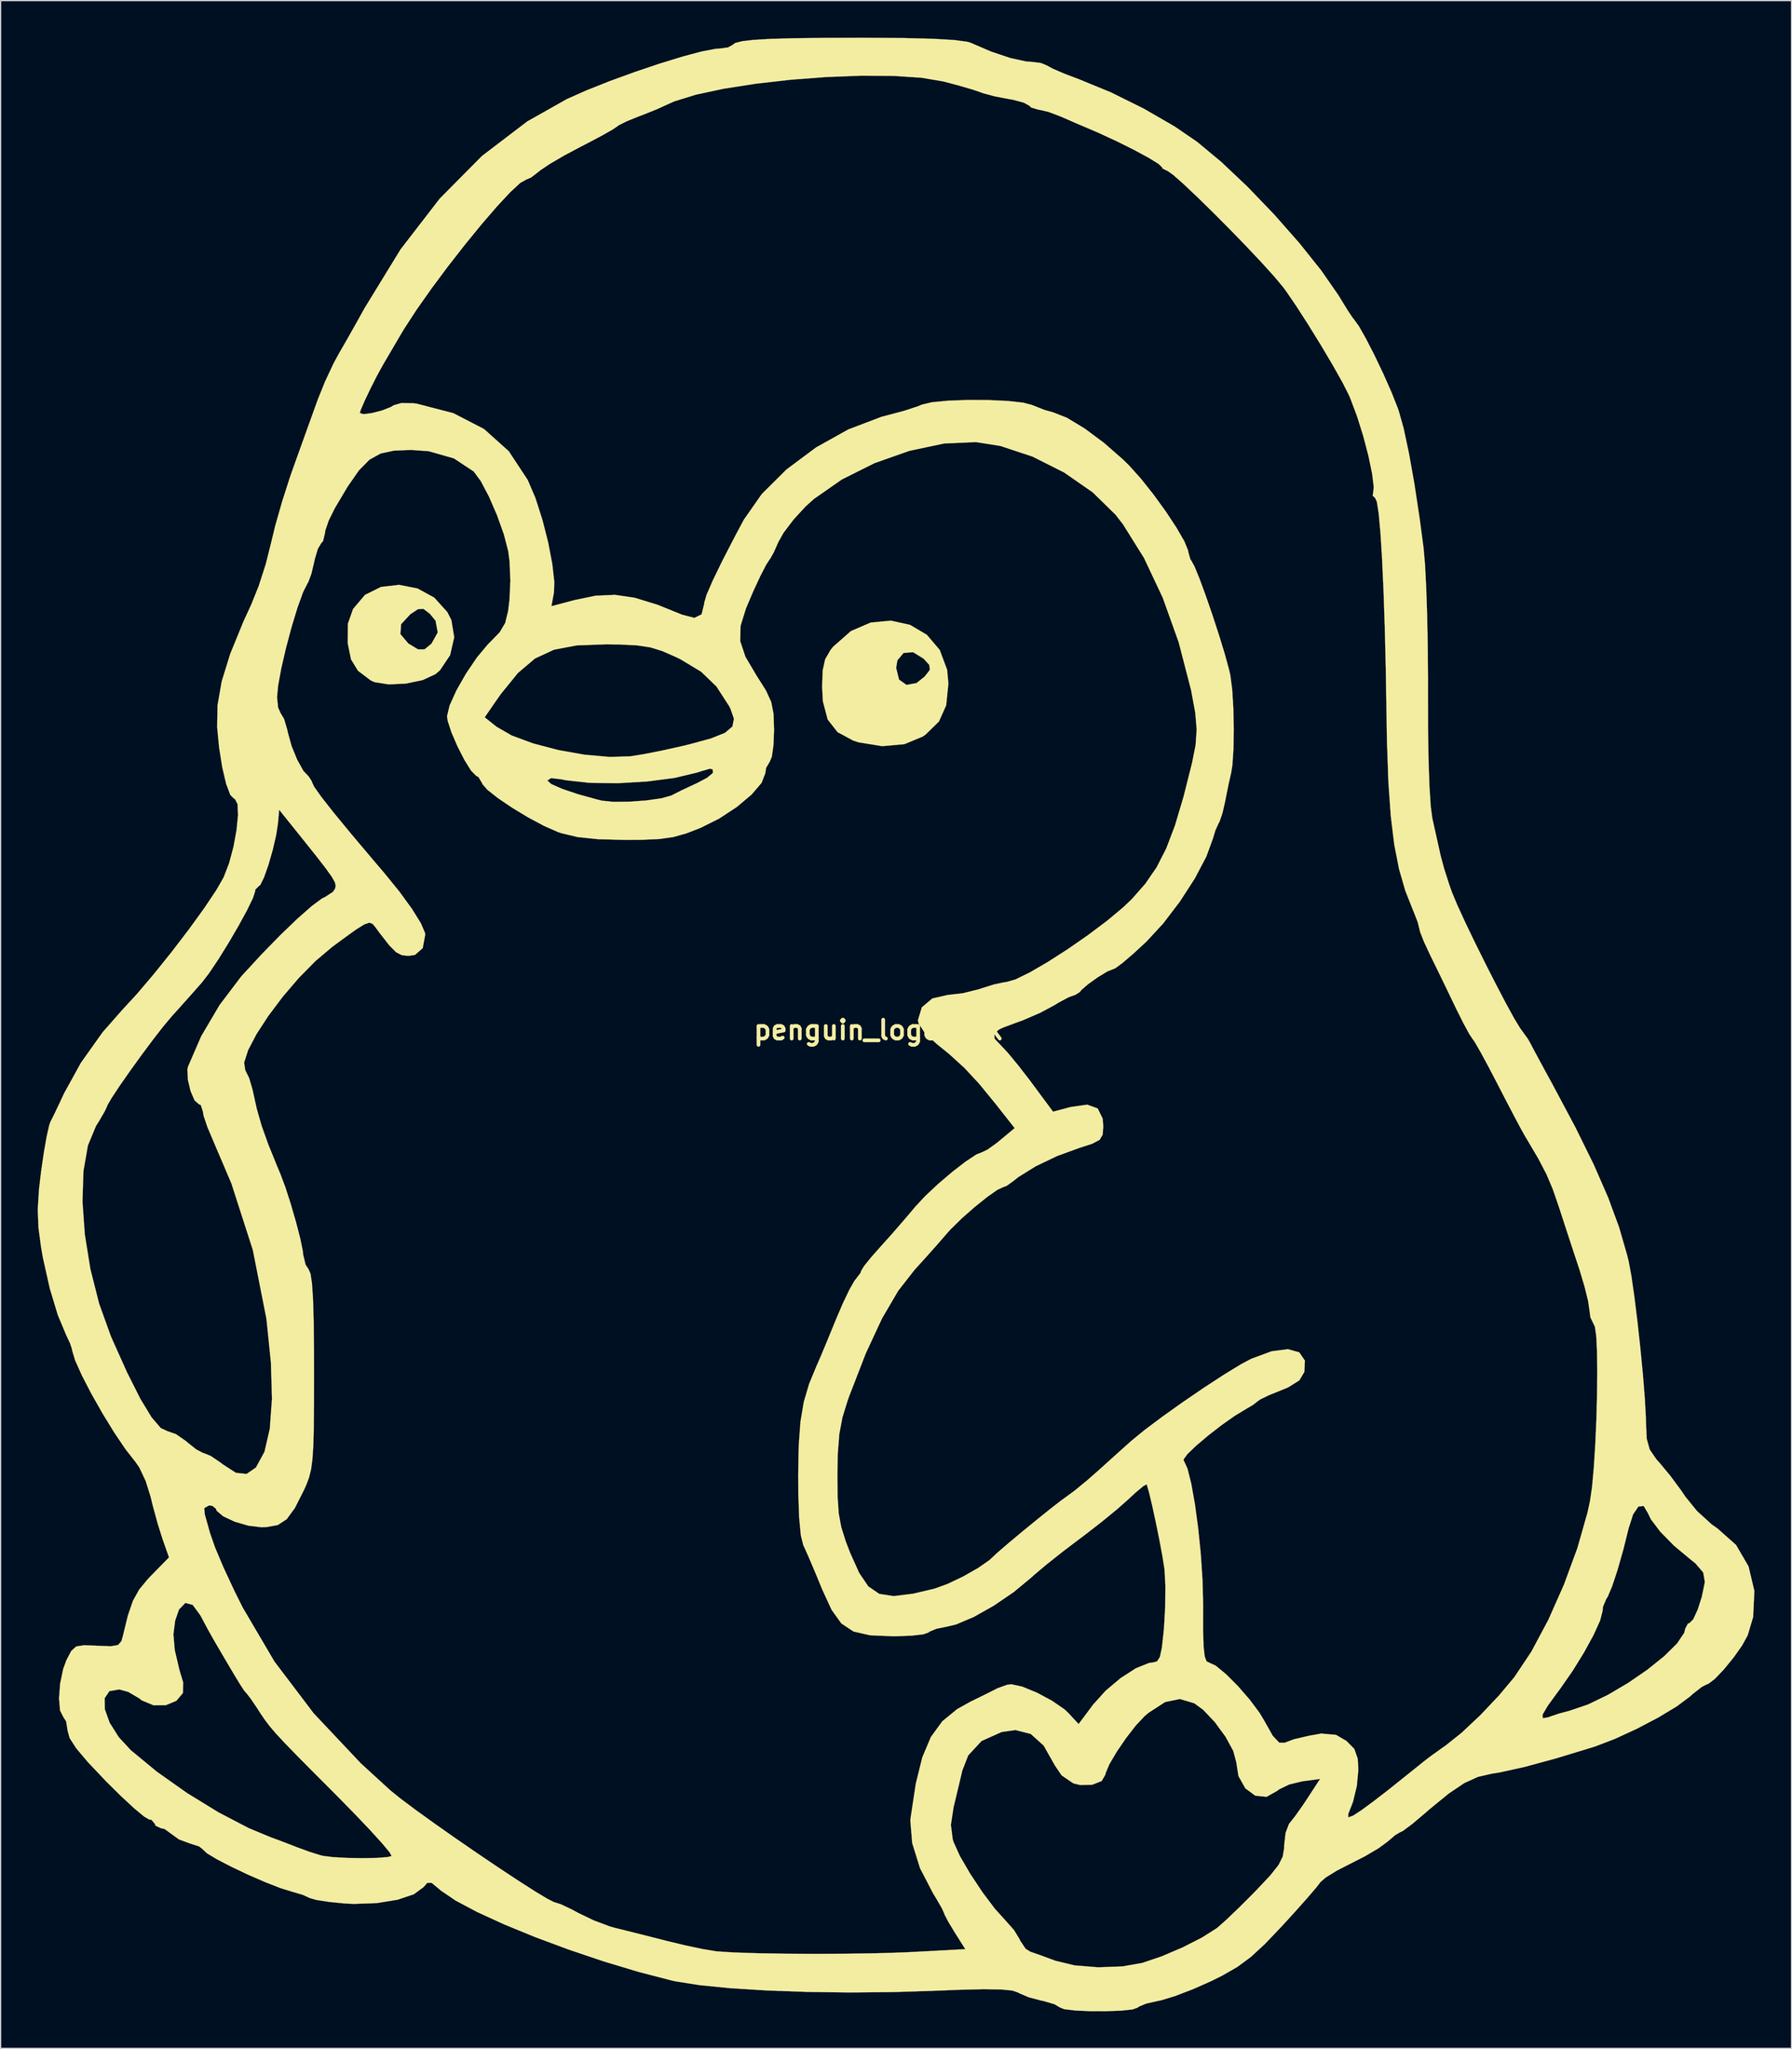
<source format=kicad_pcb>
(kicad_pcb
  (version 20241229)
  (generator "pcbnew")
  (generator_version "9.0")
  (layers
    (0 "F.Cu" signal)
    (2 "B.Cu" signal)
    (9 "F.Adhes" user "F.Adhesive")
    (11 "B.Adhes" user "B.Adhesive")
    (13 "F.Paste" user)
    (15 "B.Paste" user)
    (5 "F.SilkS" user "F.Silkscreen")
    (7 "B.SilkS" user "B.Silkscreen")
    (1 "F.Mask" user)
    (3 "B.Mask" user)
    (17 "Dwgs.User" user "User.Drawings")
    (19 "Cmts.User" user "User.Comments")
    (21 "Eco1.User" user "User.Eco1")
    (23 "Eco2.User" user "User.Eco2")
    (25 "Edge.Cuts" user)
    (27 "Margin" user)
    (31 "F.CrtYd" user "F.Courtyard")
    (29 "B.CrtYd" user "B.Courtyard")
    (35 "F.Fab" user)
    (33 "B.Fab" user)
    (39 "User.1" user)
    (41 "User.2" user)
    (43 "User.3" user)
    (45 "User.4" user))
  (footprint "penguin_logo_silk"
    (layer "F.Cu")
    (at 68.042 80.262)
    (property "Reference" "penguin_logo_silk" (at 0 0 0) (layer "F.SilkS") (effects (font (size 1.524 1.524) (thickness 0.3))))
    (attr through_hole)
    (fp_poly (pts (xy -37.31 -35.713) (xy -35.961 -34.975) (xy -34.906 -33.811) (xy -34.574 -33.164) (xy -34.344 -31.765) (xy -34.676 -30.323) (xy -35.492 -29.101) (xy -35.874 -28.775) (xy -36.902 -28.303) (xy -38.254 -28.021) (xy -39.643 -27.956) (xy -40.784 -28.136) (xy -41.099 -28.278) (xy -42.127 -29.056) (xy -42.692 -29.979) (xy -42.96 -31.294) (xy -42.954 -32.02) (xy -38.696 -32.02) (xy -38.057 -31.266) (xy -38.022 -31.241) (xy -37.264 -30.785) (xy -36.749 -30.787) (xy -36.185 -31.246) (xy -35.677 -32.155) (xy -35.851 -33.102) (xy -36.313 -33.669) (xy -36.835 -34.066) (xy -37.277 -34.037) (xy -37.889 -33.636) (xy -38.64 -32.825) (xy -38.696 -32.02) (xy -42.954 -32.02) (xy -42.946 -32.862) (xy -42.528 -34.054) (xy -41.561 -35.195) (xy -40.265 -35.84) (xy -38.796 -36.007) (xy -37.31 -35.713)) (stroke (width 0.01) (type solid)) (fill yes) (layer "F.SilkS"))
    (fp_poly (pts (xy 2.537 -32.77) (xy 3.895 -31.968) (xy 4.935 -30.745) (xy 5.537 -29.138) (xy 5.639 -28.024) (xy 5.461 -26.269) (xy 4.877 -24.958) (xy 3.796 -23.901) (xy 3.559 -23.735) (xy 2.076 -23.119) (xy 0.273 -22.959) (xy -1.623 -23.268) (xy -2.057 -23.41) (xy -3.332 -24.096) (xy -4.129 -25.119) (xy -4.516 -26.593) (xy -4.578 -27.754) (xy -4.531 -29.09) (xy -4.487 -29.286) (xy 1.411 -29.286) (xy 1.647 -28.341) (xy 2.248 -27.916) (xy 3.055 -28.06) (xy 3.715 -28.587) (xy 4.142 -29.132) (xy 4.091 -29.534) (xy 3.635 -30.035) (xy 2.777 -30.564) (xy 2.009 -30.498) (xy 1.509 -29.898) (xy 1.411 -29.286) (xy -4.487 -29.286) (xy -4.329 -29.995) (xy -3.898 -30.738) (xy -3.688 -31) (xy -2.251 -32.265) (xy -0.656 -32.956) (xy 0.98 -33.112) (xy 2.537 -32.77)) (stroke (width 0.01) (type solid)) (fill yes) (layer "F.SilkS"))
    (fp_poly (pts (xy 1.94 -80.236) (xy 4.387 -80.175) (xy 6.14 -80.072) (xy 7.194 -79.929) (xy 7.444 -79.849) (xy 9.08 -79.145) (xy 10.65 -78.618) (xy 11.925 -78.341) (xy 12.284 -78.317) (xy 13.126 -78.217) (xy 13.6 -78.019) (xy 14.084 -77.755) (xy 15.03 -77.35) (xy 16.228 -76.894) (xy 18.789 -75.841) (xy 21.45 -74.523) (xy 23.938 -73.086) (xy 25.753 -71.846) (xy 27.706 -70.225) (xy 29.831 -68.216) (xy 31.984 -65.977) (xy 34.024 -63.663) (xy 35.809 -61.429) (xy 37.197 -59.43) (xy 37.404 -59.09) (xy 37.942 -58.212) (xy 38.338 -57.619) (xy 38.434 -57.503) (xy 38.838 -56.949) (xy 39.428 -55.911) (xy 40.122 -54.558) (xy 40.837 -53.057) (xy 41.492 -51.576) (xy 42.003 -50.284) (xy 42.07 -50.094) (xy 42.469 -48.674) (xy 42.899 -46.666) (xy 43.34 -44.188) (xy 43.77 -41.355) (xy 44.084 -38.982) (xy 44.197 -37.693) (xy 44.294 -35.85) (xy 44.37 -33.603) (xy 44.42 -31.104) (xy 44.441 -28.504) (xy 44.439 -27.34) (xy 44.444 -24.432) (xy 44.484 -21.868) (xy 44.558 -19.736) (xy 44.66 -18.128) (xy 44.79 -17.132) (xy 44.795 -17.11) (xy 45.091 -15.785) (xy 45.373 -14.517) (xy 45.462 -14.111) (xy 45.754 -13.031) (xy 46.18 -11.709) (xy 46.393 -11.113) (xy 46.805 -10.128) (xy 47.435 -8.754) (xy 48.215 -7.131) (xy 49.074 -5.398) (xy 49.941 -3.695) (xy 50.745 -2.16) (xy 51.418 -0.935) (xy 51.888 -0.158) (xy 51.995 -0.012) (xy 52.524 0.72) (xy 52.717 1.058) (xy 52.996 1.593) (xy 53.522 2.571) (xy 54.202 3.822) (xy 54.523 4.41) (xy 56.373 7.88) (xy 57.854 10.889) (xy 59.015 13.545) (xy 59.902 15.956) (xy 60.561 18.233) (xy 60.674 18.697) (xy 60.89 19.855) (xy 61.133 21.535) (xy 61.384 23.553) (xy 61.622 25.727) (xy 61.829 27.873) (xy 61.984 29.811) (xy 62.069 31.355) (xy 62.078 31.816) (xy 62.14 33.073) (xy 62.379 33.931) (xy 62.898 34.693) (xy 63.162 34.991) (xy 64.02 36.02) (xy 64.932 37.252) (xy 65.266 37.747) (xy 66.212 38.911) (xy 67.392 39.984) (xy 67.863 40.316) (xy 69.366 41.65) (xy 70.374 43.382) (xy 70.848 45.37) (xy 70.748 47.474) (xy 70.308 48.956) (xy 69.859 49.774) (xy 69.169 50.752) (xy 68.383 51.714) (xy 67.648 52.486) (xy 67.108 52.892) (xy 67.008 52.917) (xy 66.59 53.135) (xy 65.888 53.683) (xy 65.609 53.93) (xy 64.571 54.705) (xy 63.078 55.604) (xy 61.339 56.517) (xy 59.565 57.335) (xy 57.966 57.948) (xy 57.856 57.983) (xy 54.796 58.915) (xy 52.238 59.609) (xy 50.242 60.049) (xy 49.586 60.154) (xy 48.482 60.407) (xy 47.373 60.913) (xy 46.115 61.76) (xy 44.56 63.032) (xy 44.225 63.324) (xy 43.162 64.221) (xy 42.422 64.772) (xy 42.138 64.911) (xy 41.776 65.128) (xy 41.172 65.645) (xy 40.447 66.178) (xy 39.33 66.836) (xy 38.207 67.408) (xy 37.058 67.997) (xy 36.168 68.545) (xy 35.737 68.924) (xy 35.395 69.366) (xy 34.679 70.202) (xy 33.695 71.307) (xy 32.632 72.472) (xy 31.247 73.925) (xy 30.105 74.979) (xy 29.012 75.785) (xy 27.77 76.496) (xy 26.923 76.916) (xy 25.435 77.578) (xy 23.998 78.129) (xy 22.859 78.477) (xy 22.594 78.531) (xy 21.647 78.744) (xy 21.04 78.995) (xy 20.962 79.069) (xy 20.535 79.219) (xy 19.61 79.317) (xy 18.389 79.364) (xy 17.08 79.36) (xy 15.885 79.304) (xy 15.009 79.198) (xy 14.665 79.062) (xy 14.22 78.798) (xy 13.368 78.546) (xy 13.163 78.504) (xy 12.131 78.232) (xy 11.333 77.89) (xy 11.267 77.847) (xy 10.8 77.69) (xy 9.899 77.603) (xy 8.491 77.583) (xy 6.504 77.63) (xy 4.722 77.702) (xy 1.203 77.815) (xy -2.348 77.847) (xy -5.812 77.802) (xy -9.071 77.685) (xy -12.007 77.501) (xy -14.501 77.253) (xy -16.435 76.947) (xy -16.757 76.876) (xy -19.439 76.181) (xy -22.248 75.334) (xy -25.071 74.382) (xy -27.795 73.369) (xy -30.307 72.339) (xy -32.493 71.337) (xy -34.241 70.407) (xy -35.438 69.594) (xy -35.585 69.464) (xy -36.168 68.982) (xy -36.519 68.977) (xy -36.823 69.323) (xy -37.61 69.903) (xy -38.928 70.346) (xy -40.608 70.618) (xy -42.483 70.683) (xy -43.215 70.646) (xy -44.497 70.518) (xy -45.507 70.361) (xy -46.032 70.207) (xy -46.038 70.204) (xy -46.615 69.943) (xy -47.449 69.699) (xy -48.401 69.404) (xy -49.64 68.921) (xy -51.009 68.325) (xy -52.353 67.689) (xy -53.516 67.087) (xy -54.343 66.594) (xy -54.679 66.281) (xy -54.681 66.27) (xy -54.983 66.031) (xy -55.712 65.799) (xy -55.715 65.798) (xy -56.608 65.469) (xy -57.169 65.065) (xy -57.769 64.629) (xy -58.075 64.558) (xy -58.516 64.353) (xy -58.561 64.206) (xy -58.842 63.882) (xy -59.026 63.853) (xy -59.439 63.613) (xy -60.227 62.958) (xy -61.277 61.988) (xy -62.48 60.799) (xy -62.554 60.723) (xy -63.983 59.214) (xy -64.932 58.087) (xy -65.458 57.267) (xy -65.617 56.687) (xy -65.74 55.922) (xy -65.969 55.562) (xy -66.234 55.039) (xy -66.315 54.066) (xy -66.314 54.046) (xy -62.625 54.046) (xy -62.611 54.935) (xy -62.223 56.024) (xy -61.484 57.196) (xy -60.511 58.248) (xy -58.392 59.997) (xy -55.954 61.718) (xy -53.406 63.282) (xy -50.957 64.558) (xy -49.212 65.283) (xy -48.436 65.57) (xy -47.382 65.975) (xy -47.096 66.087) (xy -46.035 66.475) (xy -45.146 66.753) (xy -44.979 66.794) (xy -44.157 66.899) (xy -43.004 66.962) (xy -41.736 66.983) (xy -40.569 66.96) (xy -39.718 66.893) (xy -39.408 66.807) (xy -39.577 66.502) (xy -40.177 65.783) (xy -41.136 64.727) (xy -42.382 63.416) (xy -43.842 61.928) (xy -44.024 61.745) (xy -45.759 60.006) (xy -47.073 58.68) (xy -48.041 57.683) (xy -48.743 56.929) (xy -49.254 56.332) (xy -49.653 55.81) (xy -50.017 55.275) (xy -50.291 54.848) (xy -50.797 54.096) (xy -51.15 53.645) (xy -51.175 53.622) (xy -51.338 53.43) (xy -51.636 52.977) (xy -52.124 52.176) (xy -52.856 50.939) (xy -53.861 49.22) (xy -54.311 48.412) (xy -54.842 47.416) (xy -54.879 47.344) (xy -55.503 46.494) (xy -56.096 46.338) (xy -56.607 46.867) (xy -56.92 47.768) (xy -57.062 48.876) (xy -56.955 50.146) (xy -56.574 51.765) (xy -56.271 52.776) (xy -56.292 53.622) (xy -56.821 54.255) (xy -57.675 54.61) (xy -58.671 54.619) (xy -59.626 54.218) (xy -59.818 54.063) (xy -60.711 53.538) (xy -61.441 53.336) (xy -62.242 53.474) (xy -62.625 54.046) (xy -66.314 54.046) (xy -66.227 52.871) (xy -65.981 51.682) (xy -65.714 50.96) (xy -65.327 50.224) (xy -64.925 49.86) (xy -64.271 49.757) (xy -63.229 49.802) (xy -62.133 49.843) (xy -61.544 49.745) (xy -61.269 49.434) (xy -61.156 49.036) (xy -60.747 47.361) (xy -60.339 46.173) (xy -59.833 45.259) (xy -59.13 44.407) (xy -58.874 44.14) (xy -57.419 42.656) (xy -57.941 41.172) (xy -58.334 39.925) (xy -58.677 38.669) (xy -54.567 38.669) (xy -54.528 39.158) (xy -54.264 40.1) (xy -54.109 40.658) (xy -53.702 41.829) (xy -53.021 43.445) (xy -52.141 45.337) (xy -51.468 46.69) (xy -48.888 51.078) (xy -45.713 55.267) (xy -41.902 59.31) (xy -39.511 61.498) (xy -38.673 62.174) (xy -37.452 63.088) (xy -35.95 64.17) (xy -34.271 65.349) (xy -32.518 66.556) (xy -30.795 67.72) (xy -29.205 68.771) (xy -27.85 69.638) (xy -26.835 70.252) (xy -26.263 70.542) (xy -26.199 70.556) (xy -25.704 70.716) (xy -24.841 71.126) (xy -24.298 71.417) (xy -23.04 72.023) (xy -21.737 72.51) (xy -21.343 72.62) (xy -20.309 72.876) (xy -18.878 73.236) (xy -17.332 73.629) (xy -17.11 73.686) (xy -15.608 74.046) (xy -14.209 74.34) (xy -13.178 74.512) (xy -13.053 74.525) (xy -11.697 74.611) (xy -9.803 74.673) (xy -7.536 74.71) (xy -5.064 74.723) (xy -2.553 74.711) (xy -0.169 74.673) (xy 1.921 74.61) (xy 2.709 74.573) (xy 7.006 74.343) (xy 6.149 72.986) (xy 5.635 72.133) (xy 5.329 71.552) (xy 5.292 71.438) (xy 5.119 71.052) (xy 4.682 70.291) (xy 4.406 69.844) (xy 3.345 67.798) (xy 2.71 65.768) (xy 2.589 64.288) (xy 5.84 64.288) (xy 5.99 65.468) (xy 6.056 65.677) (xy 6.566 66.804) (xy 7.394 68.231) (xy 8.389 69.73) (xy 9.399 71.074) (xy 10.233 71.996) (xy 10.946 72.798) (xy 11.407 73.556) (xy 11.435 73.634) (xy 11.884 74.312) (xy 12.271 74.551) (xy 12.977 74.795) (xy 13.989 75.167) (xy 14.287 75.279) (xy 15.84 75.655) (xy 17.752 75.811) (xy 19.71 75.74) (xy 21.32 75.458) (xy 22.896 74.924) (xy 24.598 74.197) (xy 26.167 73.398) (xy 27.345 72.65) (xy 27.448 72.568) (xy 28.132 71.959) (xy 29.122 71.012) (xy 30.239 69.899) (xy 30.603 69.526) (xy 31.687 68.372) (xy 32.349 67.535) (xy 32.688 66.856) (xy 32.803 66.174) (xy 32.808 65.932) (xy 32.92 64.935) (xy 33.196 64.21) (xy 33.25 64.143) (xy 33.692 63.585) (xy 34.328 62.684) (xy 34.7 62.125) (xy 35.709 60.574) (xy 34.268 60.768) (xy 33.206 61.026) (xy 32.385 61.423) (xy 32.264 61.525) (xy 31.379 62.023) (xy 30.467 61.929) (xy 29.665 61.338) (xy 29.107 60.345) (xy 28.928 59.209) (xy 28.684 58.303) (xy 28.055 57.154) (xy 27.192 55.975) (xy 26.248 54.979) (xy 25.533 54.456) (xy 24.373 54.11) (xy 23.176 54.355) (xy 21.838 55.22) (xy 21.519 55.49) (xy 20.812 56.24) (xy 20.013 57.27) (xy 19.251 58.387) (xy 18.656 59.399) (xy 18.358 60.114) (xy 18.344 60.22) (xy 18.039 60.743) (xy 17.278 61.046) (xy 16.294 61.065) (xy 15.751 60.934) (xy 14.796 60.285) (xy 14.255 59.484) (xy 13.347 57.878) (xy 12.304 56.937) (xy 11.065 56.621) (xy 9.949 56.778) (xy 8.323 57.505) (xy 7.242 58.672) (xy 6.769 59.885) (xy 6.483 61.088) (xy 6.152 62.47) (xy 6.059 62.855) (xy 5.84 64.288) (xy 2.589 64.288) (xy 2.561 63.95) (xy 2.583 63.713) (xy 2.998 60.972) (xy 3.527 58.829) (xy 4.225 57.177) (xy 5.146 55.912) (xy 6.345 54.928) (xy 7.408 54.335) (xy 8.47 53.815) (xy 9.344 53.378) (xy 9.608 53.241) (xy 10.382 52.962) (xy 10.726 52.917) (xy 11.618 53.109) (xy 12.809 53.6) (xy 14.035 54.258) (xy 15.035 54.95) (xy 15.327 55.223) (xy 16.173 56.135) (xy 17.347 54.565) (xy 18.357 53.442) (xy 19.577 52.415) (xy 20.815 51.62) (xy 21.878 51.192) (xy 22.198 51.153) (xy 22.526 51.063) (xy 22.752 50.704) (xy 22.914 49.944) (xy 23.055 48.647) (xy 23.093 48.197) (xy 23.183 46.556) (xy 23.195 44.941) (xy 23.126 43.664) (xy 23.109 43.523) (xy 22.948 42.52) (xy 22.706 41.225) (xy 22.421 39.823) (xy 22.134 38.498) (xy 21.882 37.436) (xy 21.706 36.822) (xy 21.671 36.749) (xy 21.391 36.904) (xy 20.768 37.428) (xy 20.227 37.93) (xy 19.304 38.748) (xy 18.036 39.787) (xy 16.652 40.861) (xy 16.228 41.177) (xy 14.879 42.199) (xy 13.592 43.22) (xy 12.586 44.065) (xy 12.347 44.282) (xy 10.922 45.463) (xy 9.307 46.564) (xy 7.695 47.472) (xy 6.28 48.073) (xy 5.591 48.241) (xy 4.666 48.431) (xy 4.087 48.671) (xy 4.028 48.731) (xy 3.608 48.878) (xy 2.672 48.986) (xy 1.407 49.035) (xy 1.18 49.036) (xy -0.692 48.959) (xy -2.035 48.651) (xy -3.019 48.002) (xy -3.811 46.898) (xy -4.579 45.228) (xy -4.603 45.169) (xy -5.169 43.797) (xy -5.686 42.584) (xy -6.058 41.757) (xy -6.104 41.662) (xy -6.299 40.875) (xy -6.434 39.454) (xy -6.504 37.471) (xy -6.514 36.017) (xy -6.469 33.588) (xy -6.329 31.673) (xy -6.061 30.081) (xy -5.63 28.623) (xy -5.006 27.111) (xy -4.949 26.988) (xy -4.67 26.343) (xy -4.211 25.247) (xy -3.659 23.903) (xy -3.479 23.46) (xy -2.904 22.115) (xy -2.368 20.995) (xy -1.964 20.286) (xy -1.873 20.171) (xy -1.481 19.662) (xy -1.411 19.465) (xy -1.19 19.099) (xy -0.614 18.385) (xy 0.088 17.592) (xy 1.191 16.36) (xy 2.358 15.01) (xy 2.932 14.325) (xy 3.75 13.442) (xy 4.806 12.451) (xy 5.95 11.477) (xy 7.031 10.642) (xy 7.899 10.068) (xy 8.377 9.878) (xy 8.807 9.67) (xy 9.535 9.148) (xy 9.835 8.905) (xy 10.999 7.933) (xy 9.474 5.995) (xy 8.123 4.343) (xy 6.93 3.059) (xy 5.674 1.918) (xy 4.674 1.111) (xy 3.713 0.216) (xy 3.217 -0.566) (xy 3.175 -0.796) (xy 3.49 -1.835) (xy 4.341 -2.554) (xy 5.589 -2.837) (xy 5.611 -2.838) (xy 6.804 -2.976) (xy 8.094 -3.295) (xy 8.29 -3.362) (xy 9.321 -3.685) (xy 10.149 -3.863) (xy 10.303 -3.875) (xy 11.059 -4.089) (xy 12.232 -4.662) (xy 13.691 -5.511) (xy 15.307 -6.549) (xy 16.95 -7.69) (xy 18.491 -8.848) (xy 19.798 -9.939) (xy 20.484 -10.594) (xy 21.577 -11.839) (xy 22.487 -13.164) (xy 23.267 -14.693) (xy 23.974 -16.552) (xy 24.662 -18.865) (xy 25.354 -21.613) (xy 25.639 -23.046) (xy 25.726 -24.306) (xy 25.61 -25.67) (xy 25.289 -27.416) (xy 25.267 -27.517) (xy 24.272 -31.356) (xy 22.984 -34.958) (xy 21.462 -38.186) (xy 19.767 -40.899) (xy 19.164 -41.677) (xy 17.316 -43.488) (xy 15.006 -45.092) (xy 12.446 -46.38) (xy 9.843 -47.242) (xy 7.871 -47.552) (xy 5.293 -47.44) (xy 2.488 -46.847) (xy -0.339 -45.851) (xy -2.982 -44.529) (xy -5.238 -42.958) (xy -5.903 -42.359) (xy -6.88 -41.299) (xy -7.695 -40.224) (xy -8.117 -39.476) (xy -8.487 -38.64) (xy -8.769 -38.134) (xy -8.799 -38.1) (xy -9.104 -37.636) (xy -9.583 -36.706) (xy -10.144 -35.499) (xy -10.696 -34.202) (xy -10.742 -34.088) (xy -11.178 -32.68) (xy -11.203 -31.454) (xy -10.783 -30.189) (xy -9.881 -28.664) (xy -9.878 -28.659) (xy -9.122 -27.464) (xy -8.697 -26.539) (xy -8.51 -25.588) (xy -8.467 -24.317) (xy -8.467 -24.23) (xy -8.517 -23.014) (xy -8.647 -22.098) (xy -8.819 -21.696) (xy -9.114 -21.199) (xy -9.172 -20.779) (xy -9.474 -19.993) (xy -10.288 -19.042) (xy -11.481 -18.038) (xy -12.917 -17.096) (xy -14.407 -16.353) (xy -15.588 -15.895) (xy -16.627 -15.605) (xy -17.755 -15.447) (xy -19.201 -15.383) (xy -20.49 -15.376) (xy -22.687 -15.432) (xy -24.361 -15.607) (xy -25.684 -15.923) (xy -25.958 -16.017) (xy -27.075 -16.508) (xy -28.356 -17.193) (xy -29.649 -17.974) (xy -30.801 -18.753) (xy -31.661 -19.431) (xy -32.077 -19.911) (xy -32.094 -19.982) (xy -32.215 -20.181) (xy -26.811 -20.181) (xy -26.489 -19.894) (xy -25.614 -19.507) (xy -24.324 -19.072) (xy -22.754 -18.639) (xy -22.401 -18.553) (xy -21.466 -18.455) (xy -20.177 -18.467) (xy -18.792 -18.57) (xy -17.572 -18.743) (xy -16.776 -18.967) (xy -16.738 -18.987) (xy -15.966 -19.38) (xy -14.938 -19.861) (xy -14.728 -19.955) (xy -13.902 -20.391) (xy -13.44 -20.768) (xy -13.406 -20.854) (xy -13.444 -21.098) (xy -13.691 -21.128) (xy -14.346 -20.938) (xy -14.676 -20.83) (xy -16.497 -20.394) (xy -18.73 -20.101) (xy -21.117 -19.962) (xy -23.399 -19.992) (xy -25.317 -20.204) (xy -25.665 -20.276) (xy -26.508 -20.375) (xy -26.811 -20.181) (xy -32.215 -20.181) (xy -32.383 -20.459) (xy -32.575 -20.567) (xy -32.98 -20.98) (xy -33.517 -21.845) (xy -34.081 -22.947) (xy -34.567 -24.073) (xy -34.872 -25.008) (xy -34.913 -25.292) (xy -31.875 -25.292) (xy -30.914 -24.526) (xy -29.69 -23.821) (xy -27.961 -23.181) (xy -25.93 -22.648) (xy -23.797 -22.269) (xy -21.763 -22.087) (xy -20.108 -22.138) (xy -19.025 -22.31) (xy -17.528 -22.605) (xy -15.89 -22.969) (xy -15.368 -23.094) (xy -13.588 -23.577) (xy -12.434 -24.038) (xy -11.833 -24.549) (xy -11.712 -25.178) (xy -11.997 -25.996) (xy -12.107 -26.21) (xy -13.129 -27.788) (xy -14.36 -28.975) (xy -16.025 -29.98) (xy -16.404 -30.165) (xy -17.494 -30.645) (xy -18.465 -30.946) (xy -19.548 -31.111) (xy -20.971 -31.182) (xy -22.049 -31.196) (xy -24.419 -31.111) (xy -26.282 -30.759) (xy -27.811 -30.047) (xy -29.181 -28.886) (xy -30.565 -27.184) (xy -31.051 -26.493) (xy -31.875 -25.292) (xy -34.913 -25.292) (xy -34.925 -25.374) (xy -34.716 -26.248) (xy -34.167 -27.464) (xy -33.392 -28.825) (xy -32.506 -30.133) (xy -31.623 -31.191) (xy -31.431 -31.381) (xy -30.66 -32.176) (xy -30.219 -32.923) (xy -29.979 -33.906) (xy -29.869 -34.824) (xy -29.801 -36.354) (xy -29.866 -37.918) (xy -29.974 -38.741) (xy -30.33 -40.104) (xy -30.881 -41.645) (xy -31.532 -43.147) (xy -32.191 -44.395) (xy -32.763 -45.174) (xy -34.37 -46.236) (xy -36.412 -46.818) (xy -37.835 -46.919) (xy -39.216 -46.863) (xy -40.297 -46.631) (xy -41.202 -46.13) (xy -42.052 -45.267) (xy -42.969 -43.949) (xy -44.009 -42.197) (xy -44.497 -41.211) (xy -44.777 -40.387) (xy -44.803 -40.182) (xy -44.957 -39.544) (xy -45.116 -39.359) (xy -45.378 -38.915) (xy -45.631 -38.061) (xy -45.676 -37.839) (xy -45.905 -36.882) (xy -46.152 -36.225) (xy -46.194 -36.16) (xy -46.565 -35.432) (xy -47.014 -34.195) (xy -47.49 -32.635) (xy -47.945 -30.937) (xy -48.328 -29.286) (xy -48.589 -27.868) (xy -48.679 -26.92) (xy -48.593 -26.082) (xy -48.38 -25.608) (xy -48.371 -25.601) (xy -48.108 -25.157) (xy -47.854 -24.302) (xy -47.809 -24.081) (xy -47.504 -22.977) (xy -47.045 -21.857) (xy -46.544 -20.957) (xy -46.126 -20.52) (xy -45.863 -20.117) (xy -45.861 -20.074) (xy -45.673 -19.673) (xy -45.097 -18.859) (xy -44.112 -17.605) (xy -42.699 -15.888) (xy -40.839 -13.683) (xy -40.021 -12.725) (xy -38.775 -11.191) (xy -37.753 -9.787) (xy -37.036 -8.631) (xy -36.703 -7.843) (xy -36.689 -7.72) (xy -36.892 -6.622) (xy -37.518 -6.075) (xy -38.054 -5.997) (xy -38.578 -6.052) (xy -39.046 -6.293) (xy -39.589 -6.838) (xy -40.343 -7.803) (xy -40.736 -8.336) (xy -40.959 -8.597) (xy -41.22 -8.682) (xy -41.634 -8.537) (xy -42.314 -8.108) (xy -43.377 -7.341) (xy -44.239 -6.703) (xy -45.564 -5.584) (xy -46.912 -4.216) (xy -48.206 -2.704) (xy -49.371 -1.157) (xy -50.333 0.32) (xy -51.015 1.619) (xy -51.343 2.634) (xy -51.25 3.247) (xy -50.932 3.892) (xy -50.654 4.848) (xy -50.635 4.939) (xy -50.313 6.39) (xy -49.924 7.747) (xy -49.393 9.234) (xy -48.647 11.074) (xy -48.407 11.642) (xy -48.01 12.699) (xy -47.571 14.061) (xy -47.149 15.513) (xy -46.805 16.843) (xy -46.599 17.835) (xy -46.567 18.157) (xy -46.37 18.979) (xy -46.126 19.35) (xy -45.97 19.712) (xy -45.852 20.492) (xy -45.767 21.751) (xy -45.714 23.552) (xy -45.688 25.96) (xy -45.685 27.622) (xy -45.688 30.188) (xy -45.705 32.155) (xy -45.744 33.632) (xy -45.815 34.725) (xy -45.926 35.543) (xy -46.087 36.192) (xy -46.307 36.78) (xy -46.504 37.218) (xy -47.238 38.667) (xy -47.897 39.567) (xy -48.621 40.04) (xy -49.549 40.207) (xy -49.944 40.217) (xy -51.005 40.089) (xy -52.107 39.765) (xy -53.033 39.333) (xy -53.566 38.882) (xy -53.62 38.717) (xy -53.911 38.485) (xy -54.175 38.453) (xy -54.567 38.669) (xy -58.677 38.669) (xy -58.739 38.444) (xy -58.908 37.747) (xy -59.302 36.481) (xy -59.825 35.373) (xy -60.139 34.925) (xy -60.933 33.913) (xy -61.847 32.559) (xy -62.796 31.013) (xy -63.697 29.424) (xy -64.464 27.942) (xy -65.013 26.718) (xy -65.26 25.9) (xy -65.266 25.816) (xy -65.415 25.357) (xy -65.727 24.694) (xy -66.418 23.044) (xy -67.067 20.89) (xy -67.616 18.436) (xy -67.768 17.577) (xy -67.98 15.986) (xy -68.037 14.529) (xy -67.995 13.849) (xy -64.42 13.849) (xy -64.23 16.539) (xy -63.778 19.341) (xy -63.074 22.124) (xy -62.128 24.755) (xy -62.078 24.871) (xy -60.818 27.681) (xy -59.738 29.828) (xy -58.829 31.328) (xy -58.081 32.198) (xy -57.524 32.456) (xy -56.861 32.684) (xy -56.055 33.242) (xy -55.949 33.337) (xy -55.211 33.925) (xy -54.635 34.224) (xy -54.574 34.232) (xy -54.045 34.449) (xy -53.273 34.97) (xy -53.093 35.112) (xy -52.007 35.816) (xy -51.147 35.908) (xy -50.405 35.4) (xy -50.375 35.366) (xy -49.693 34.111) (xy -49.263 32.248) (xy -49.088 29.828) (xy -49.172 26.903) (xy -49.519 23.524) (xy -49.551 23.283) (xy -50.634 17.799) (xy -52.371 12.408) (xy -53.841 8.961) (xy -54.308 7.86) (xy -54.613 6.952) (xy -54.681 6.579) (xy -54.842 6.077) (xy -55.006 5.997) (xy -55.351 5.69) (xy -55.672 4.944) (xy -55.89 4.027) (xy -55.931 3.203) (xy -55.881 2.964) (xy -54.812 0.499) (xy -53.324 -2.025) (xy -51.602 -4.299) (xy -51.433 -4.491) (xy -49.899 -6.154) (xy -48.397 -7.691) (xy -47.022 -9.011) (xy -45.871 -10.024) (xy -45.04 -10.639) (xy -44.777 -10.768) (xy -44.153 -11.174) (xy -43.981 -11.436) (xy -43.931 -11.667) (xy -44.001 -11.959) (xy -44.255 -12.406) (xy -44.756 -13.104) (xy -45.568 -14.148) (xy -46.755 -15.634) (xy -46.919 -15.839) (xy -48.507 -17.815) (xy -48.598 -16.757) (xy -48.752 -15.748) (xy -49.032 -14.548) (xy -49.377 -13.35) (xy -49.729 -12.35) (xy -50.029 -11.74) (xy -50.15 -11.642) (xy -50.431 -11.365) (xy -50.447 -11.231) (xy -50.627 -10.675) (xy -51.106 -9.689) (xy -51.792 -8.431) (xy -52.593 -7.058) (xy -53.417 -5.729) (xy -54.174 -4.601) (xy -54.726 -3.881) (xy -55.6 -2.888) (xy -56.647 -1.716) (xy -57.216 -1.086) (xy -57.87 -0.306) (xy -58.716 0.782) (xy -59.655 2.042) (xy -60.591 3.339) (xy -61.427 4.538) (xy -62.065 5.503) (xy -62.409 6.098) (xy -62.442 6.202) (xy -62.614 6.57) (xy -63.05 7.319) (xy -63.327 7.766) (xy -63.978 9.331) (xy -64.34 11.402) (xy -64.42 13.849) (xy -67.995 13.849) (xy -67.938 12.906) (xy -67.766 11.435) (xy -67.543 9.901) (xy -67.312 8.593) (xy -67.109 7.697) (xy -67.018 7.44) (xy -66.705 6.812) (xy -66.229 5.811) (xy -65.904 5.115) (xy -64.541 2.644) (xy -62.791 0.183) (xy -61.237 -1.587) (xy -60.022 -2.905) (xy -58.642 -4.529) (xy -57.201 -6.322) (xy -55.808 -8.143) (xy -54.57 -9.853) (xy -53.593 -11.312) (xy -52.999 -12.347) (xy -52.558 -13.488) (xy -52.202 -14.817) (xy -51.954 -16.168) (xy -51.836 -17.375) (xy -51.871 -18.27) (xy -52.082 -18.686) (xy -52.141 -18.697) (xy -52.464 -19.026) (xy -52.797 -19.919) (xy -53.108 -21.237) (xy -53.363 -22.84) (xy -53.522 -24.472) (xy -53.493 -26.261) (xy -53.153 -28.203) (xy -52.468 -30.417) (xy -51.405 -33.02) (xy -50.763 -34.417) (xy -50.163 -35.907) (xy -49.589 -37.687) (xy -49.2 -39.235) (xy -48.821 -40.796) (xy -48.279 -42.697) (xy -47.666 -44.619) (xy -47.399 -45.387) (xy -46.773 -47.13) (xy -46.138 -48.895) (xy -45.773 -49.909) (xy -41.981 -49.909) (xy -41.693 -49.812) (xy -41.004 -49.901) (xy -40.173 -50.115) (xy -39.461 -50.396) (xy -39.245 -50.533) (xy -38.621 -50.712) (xy -37.628 -50.696) (xy -37.379 -50.662) (xy -34.413 -49.894) (xy -31.931 -48.612) (xy -29.928 -46.815) (xy -28.4 -44.498) (xy -27.775 -43.039) (xy -27.21 -41.279) (xy -26.741 -39.432) (xy -26.407 -37.691) (xy -26.245 -36.25) (xy -26.273 -35.395) (xy -26.479 -34.278) (xy -24.617 -34.774) (xy -22.916 -35.128) (xy -21.354 -35.2) (xy -19.739 -34.963) (xy -17.885 -34.392) (xy -15.919 -33.599) (xy -14.914 -33.334) (xy -14.329 -33.622) (xy -14.113 -34.489) (xy -14.11 -34.572) (xy -13.93 -35.193) (xy -13.428 -36.352) (xy -12.637 -37.98) (xy -11.591 -40.004) (xy -10.912 -41.275) (xy -9.458 -43.354) (xy -7.459 -45.341) (xy -5.072 -47.12) (xy -2.458 -48.578) (xy 0.225 -49.599) (xy 0.882 -49.771) (xy 2.094 -50.096) (xy 3.148 -50.442) (xy 3.493 -50.583) (xy 4.296 -50.776) (xy 5.594 -50.902) (xy 7.185 -50.962) (xy 8.865 -50.955) (xy 10.432 -50.883) (xy 11.685 -50.745) (xy 12.382 -50.563) (xy 13.413 -50.157) (xy 14.118 -49.959) (xy 15.231 -49.519) (xy 16.649 -48.664) (xy 18.211 -47.505) (xy 19.755 -46.155) (xy 20.253 -45.667) (xy 21.205 -44.609) (xy 22.23 -43.319) (xy 23.226 -41.945) (xy 24.092 -40.633) (xy 24.729 -39.53) (xy 25.034 -38.784) (xy 25.047 -38.674) (xy 25.214 -38.074) (xy 25.289 -37.976) (xy 25.553 -37.491) (xy 25.963 -36.487) (xy 26.466 -35.12) (xy 27.009 -33.547) (xy 27.539 -31.924) (xy 28.001 -30.41) (xy 28.343 -29.16) (xy 28.448 -28.705) (xy 28.599 -27.566) (xy 28.693 -26.033) (xy 28.729 -24.341) (xy 28.703 -22.722) (xy 28.615 -21.412) (xy 28.518 -20.814) (xy 28.305 -19.875) (xy 28.071 -18.71) (xy 28.036 -18.521) (xy 27.811 -17.538) (xy 27.574 -16.851) (xy 27.519 -16.757) (xy 27.244 -16.162) (xy 27.046 -15.501) (xy 26.505 -14.021) (xy 25.571 -12.252) (xy 24.365 -10.386) (xy 23.013 -8.614) (xy 21.654 -7.144) (xy 20.596 -6.168) (xy 19.711 -5.413) (xy 19.133 -4.991) (xy 19.006 -4.939) (xy 18.51 -4.743) (xy 17.733 -4.272) (xy 16.937 -3.706) (xy 16.383 -3.221) (xy 16.287 -3.087) (xy 15.883 -2.825) (xy 15.839 -2.822) (xy 15.359 -2.648) (xy 14.545 -2.21) (xy 14.192 -1.995) (xy 13.051 -1.386) (xy 11.662 -0.786) (xy 11.024 -0.556) (xy 10.008 -0.175) (xy 9.335 0.162) (xy 9.172 0.326) (xy 9.407 0.738) (xy 9.899 1.254) (xy 10.452 1.847) (xy 11.26 2.824) (xy 12.169 3.995) (xy 12.366 4.259) (xy 14.106 6.606) (xy 15.535 6.225) (xy 16.869 6.037) (xy 17.715 6.34) (xy 18.119 7.16) (xy 18.168 7.779) (xy 18.122 8.457) (xy 17.876 8.882) (xy 17.266 9.203) (xy 16.228 9.538) (xy 14.431 10.194) (xy 12.699 11.024) (xy 11.297 11.895) (xy 10.908 12.207) (xy 10.345 12.609) (xy 10.093 12.7) (xy 9.602 12.925) (xy 8.769 13.511) (xy 7.755 14.325) (xy 6.722 15.234) (xy 5.832 16.107) (xy 5.512 16.462) (xy 4.63 17.478) (xy 3.561 18.674) (xy 2.918 19.377) (xy 1.578 21.093) (xy 0.268 23.331) (xy -1.042 26.149) (xy -2.383 29.606) (xy -2.519 29.986) (xy -2.932 31.326) (xy -3.185 32.664) (xy -3.31 34.247) (xy -3.342 35.983) (xy -3.324 37.774) (xy -3.233 39.103) (xy -3.028 40.213) (xy -2.671 41.348) (xy -2.311 42.283) (xy -1.58 43.913) (xy -0.839 45.002) (xy 0.046 45.608) (xy 1.207 45.786) (xy 2.777 45.594) (xy 4.513 45.186) (xy 5.569 44.804) (xy 6.831 44.201) (xy 8.044 43.513) (xy 8.953 42.88) (xy 9.172 42.675) (xy 9.631 42.248) (xy 10.488 41.512) (xy 11.583 40.598) (xy 12.762 39.633) (xy 13.866 38.746) (xy 14.739 38.066) (xy 15.18 37.747) (xy 15.879 37.233) (xy 16.862 36.425) (xy 17.768 35.631) (xy 18.837 34.666) (xy 19.834 33.769) (xy 20.433 33.234) (xy 21.494 32.365) (xy 22.936 31.284) (xy 24.6 30.1) (xy 26.323 28.924) (xy 27.945 27.867) (xy 29.305 27.037) (xy 30.127 26.597) (xy 31.787 25.984) (xy 33.11 25.815) (xy 34.03 26.073) (xy 34.481 26.742) (xy 34.436 27.659) (xy 34.032 28.338) (xy 33.117 28.91) (xy 32.544 29.145) (xy 31.549 29.548) (xy 30.861 29.883) (xy 30.692 30.003) (xy 30.271 30.331) (xy 29.729 30.647) (xy 28.811 31.204) (xy 27.739 31.96) (xy 26.651 32.804) (xy 25.685 33.622) (xy 24.977 34.302) (xy 24.665 34.73) (xy 24.673 34.798) (xy 24.98 35.466) (xy 25.29 36.699) (xy 25.586 38.357) (xy 25.848 40.299) (xy 26.059 42.386) (xy 26.198 44.477) (xy 26.249 46.433) (xy 26.248 46.655) (xy 26.247 48.565) (xy 26.286 49.87) (xy 26.376 50.67) (xy 26.525 51.063) (xy 26.705 51.153) (xy 27.269 51.415) (xy 28.102 52.102) (xy 29.065 53.066) (xy 30.016 54.159) (xy 30.815 55.231) (xy 31.221 55.915) (xy 31.881 57.085) (xy 32.406 57.641) (xy 32.857 57.648) (xy 32.878 57.636) (xy 33.586 57.369) (xy 34.795 57.085) (xy 35.811 56.905) (xy 37.004 57.012) (xy 37.839 57.5) (xy 38.479 58.147) (xy 38.757 58.939) (xy 38.806 59.833) (xy 38.683 61.143) (xy 38.38 62.402) (xy 38.293 62.633) (xy 37.986 63.416) (xy 37.986 63.685) (xy 38.315 63.572) (xy 38.446 63.504) (xy 39.031 63.12) (xy 39.978 62.427) (xy 41.103 61.56) (xy 41.339 61.373) (xy 42.459 60.479) (xy 43.414 59.714) (xy 44.027 59.22) (xy 44.097 59.162) (xy 44.721 58.687) (xy 45.614 58.048) (xy 45.861 57.877) (xy 47.166 56.837) (xy 48.675 55.419) (xy 48.716 55.376) (xy 53.712 55.376) (xy 53.73 55.667) (xy 54.16 55.591) (xy 54.24 55.56) (xy 55.027 55.293) (xy 55.956 55.041) (xy 57.38 54.556) (xy 58.977 53.785) (xy 60.623 52.816) (xy 62.191 51.739) (xy 63.555 50.644) (xy 64.591 49.62) (xy 65.173 48.756) (xy 65.254 48.419) (xy 65.47 48.008) (xy 65.589 47.978) (xy 65.899 47.668) (xy 66.261 46.884) (xy 66.594 45.846) (xy 66.816 44.773) (xy 66.835 44.614) (xy 66.708 43.876) (xy 66.077 43.138) (xy 65.656 42.802) (xy 64.347 41.712) (xy 63.234 40.578) (xy 62.469 39.565) (xy 62.247 39.101) (xy 61.892 38.498) (xy 61.467 38.54) (xy 61.035 39.175) (xy 60.674 40.305) (xy 60.235 42.064) (xy 59.775 43.676) (xy 59.342 44.983) (xy 58.987 45.829) (xy 58.863 46.02) (xy 58.602 46.637) (xy 58.561 47.009) (xy 58.365 47.766) (xy 57.837 48.932) (xy 57.063 50.347) (xy 56.13 51.855) (xy 55.127 53.295) (xy 54.989 53.478) (xy 54.125 54.664) (xy 53.712 55.376) (xy 48.716 55.376) (xy 50.188 53.82) (xy 51.427 52.341) (xy 52.805 50.277) (xy 54.173 47.714) (xy 55.442 44.855) (xy 56.527 41.904) (xy 57.338 39.062) (xy 57.548 38.1) (xy 57.714 36.95) (xy 57.857 35.388) (xy 57.974 33.544) (xy 58.062 31.553) (xy 58.117 29.546) (xy 58.136 27.655) (xy 58.116 26.014) (xy 58.054 24.754) (xy 57.947 24.008) (xy 57.886 23.878) (xy 57.582 23.243) (xy 57.503 22.655) (xy 57.394 21.913) (xy 57.107 20.749) (xy 56.702 19.401) (xy 56.664 19.286) (xy 56.096 17.565) (xy 55.473 15.664) (xy 55.026 14.288) (xy 54.538 12.878) (xy 54.029 11.673) (xy 53.378 10.422) (xy 52.466 8.874) (xy 52.317 8.63) (xy 51.987 8.042) (xy 51.424 6.985) (xy 50.711 5.622) (xy 50.089 4.416) (xy 49.345 2.989) (xy 48.704 1.804) (xy 48.241 0.999) (xy 48.041 0.712) (xy 47.782 0.326) (xy 47.318 -0.53) (xy 46.738 -1.686) (xy 46.616 -1.94) (xy 45.899 -3.431) (xy 45.166 -4.942) (xy 44.589 -6.118) (xy 44.115 -7.138) (xy 43.809 -7.916) (xy 43.744 -8.181) (xy 43.61 -8.723) (xy 43.283 -9.565) (xy 43.246 -9.648) (xy 42.607 -11.262) (xy 42.101 -13.01) (xy 41.712 -14.994) (xy 41.429 -17.315) (xy 41.236 -20.076) (xy 41.12 -23.38) (xy 41.083 -25.576) (xy 41.025 -29.225) (xy 40.944 -32.57) (xy 40.843 -35.555) (xy 40.726 -38.121) (xy 40.595 -40.21) (xy 40.454 -41.764) (xy 40.305 -42.726) (xy 40.159 -43.039) (xy 39.955 -43.234) (xy 39.987 -43.305) (xy 40.055 -43.905) (xy 39.92 -45.003) (xy 39.623 -46.437) (xy 39.202 -48.042) (xy 38.696 -49.656) (xy 38.146 -51.114) (xy 38.053 -51.329) (xy 37.544 -52.34) (xy 36.75 -53.753) (xy 35.781 -55.386) (xy 34.75 -57.057) (xy 33.767 -58.584) (xy 32.944 -59.785) (xy 32.704 -60.107) (xy 31.988 -60.963) (xy 30.969 -62.089) (xy 29.742 -63.39) (xy 28.403 -64.77) (xy 27.048 -66.132) (xy 25.772 -67.38) (xy 24.671 -68.42) (xy 23.84 -69.154) (xy 23.376 -69.487) (xy 23.336 -69.497) (xy 22.952 -69.689) (xy 22.931 -69.778) (xy 22.632 -70.061) (xy 21.829 -70.556) (xy 20.665 -71.186) (xy 19.28 -71.876) (xy 17.817 -72.552) (xy 17.198 -72.819) (xy 15.972 -73.343) (xy 14.766 -73.867) (xy 14.675 -73.907) (xy 13.733 -74.261) (xy 12.999 -74.433) (xy 12.932 -74.436) (xy 12.329 -74.619) (xy 12.19 -74.758) (xy 11.745 -75.006) (xy 10.868 -75.242) (xy 10.493 -75.307) (xy 9.375 -75.521) (xy 8.455 -75.77) (xy 8.29 -75.831) (xy 7.594 -76.068) (xy 6.464 -76.397) (xy 5.229 -76.725) (xy 3.459 -77.023) (xy 1.199 -77.173) (xy -1.409 -77.189) (xy -4.227 -77.081) (xy -7.113 -76.862) (xy -9.928 -76.543) (xy -12.531 -76.137) (xy -14.783 -75.656) (xy -16.543 -75.112) (xy -17.21 -74.811) (xy -17.9 -74.496) (xy -18.934 -74.079) (xy -19.402 -73.901) (xy -20.37 -73.51) (xy -21.027 -73.185) (xy -21.166 -73.081) (xy -21.542 -72.826) (xy -22.394 -72.344) (xy -23.565 -71.724) (xy -24.083 -71.458) (xy -25.423 -70.746) (xy -26.584 -70.069) (xy -27.369 -69.545) (xy -27.508 -69.43) (xy -28.131 -68.95) (xy -28.509 -68.792) (xy -28.998 -68.518) (xy -29.816 -67.76) (xy -30.887 -66.61) (xy -32.135 -65.163) (xy -33.485 -63.51) (xy -34.862 -61.747) (xy -36.188 -59.965) (xy -37.389 -58.259) (xy -38.39 -56.722) (xy -38.658 -56.275) (xy -39.305 -55.171) (xy -39.864 -54.219) (xy -40.106 -53.806) (xy -40.586 -52.934) (xy -41.114 -51.891) (xy -41.589 -50.894) (xy -41.907 -50.155) (xy -41.981 -49.909) (xy -45.773 -49.909) (xy -45.594 -50.407) (xy -45.389 -50.976) (xy -44.8 -52.436) (xy -44.108 -53.911) (xy -43.687 -54.69) (xy -42.994 -55.892) (xy -42.174 -57.347) (xy -41.593 -58.394) (xy -38.683 -63.143) (xy -35.518 -67.245) (xy -32.1 -70.695) (xy -28.435 -73.49) (xy -25.224 -75.301) (xy -23.642 -76.004) (xy -21.767 -76.749) (xy -19.747 -77.485) (xy -17.732 -78.164) (xy -15.869 -78.736) (xy -14.309 -79.151) (xy -13.2 -79.36) (xy -12.953 -79.375) (xy -12.203 -79.471) (xy -11.864 -79.654) (xy -11.607 -79.836) (xy -11.043 -79.98) (xy -10.105 -80.089) (xy -8.728 -80.168) (xy -6.846 -80.219) (xy -4.392 -80.248) (xy -1.301 -80.257) (xy -1.199 -80.257) (xy 1.94 -80.236)) (stroke (width 0.01) (type solid)) (fill yes) (layer "F.SilkS")))
  (gr_rect
    (start -3 -3)
    (end 141.895 162.631)
    (stroke (width 0.1) (type default))
    (fill no)
    (layer "Edge.Cuts")))
</source>
